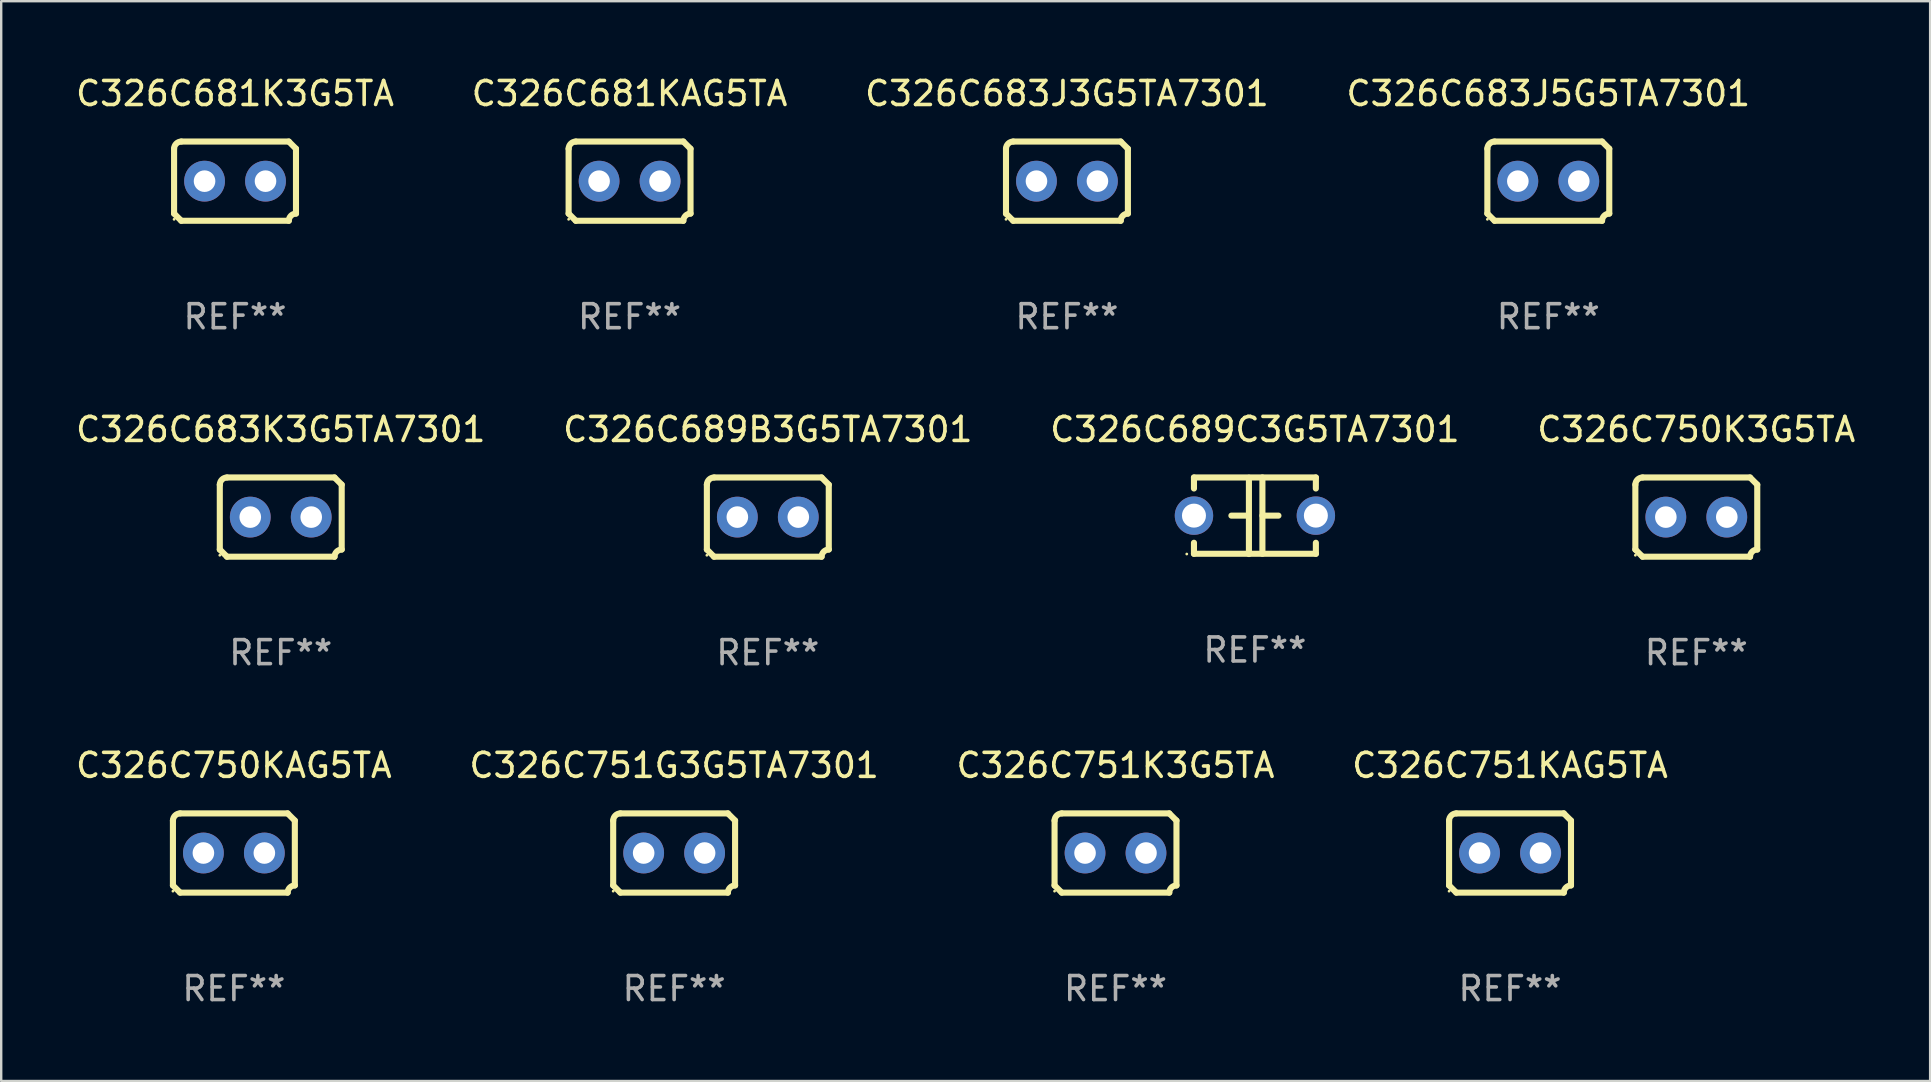
<source format=kicad_pcb>
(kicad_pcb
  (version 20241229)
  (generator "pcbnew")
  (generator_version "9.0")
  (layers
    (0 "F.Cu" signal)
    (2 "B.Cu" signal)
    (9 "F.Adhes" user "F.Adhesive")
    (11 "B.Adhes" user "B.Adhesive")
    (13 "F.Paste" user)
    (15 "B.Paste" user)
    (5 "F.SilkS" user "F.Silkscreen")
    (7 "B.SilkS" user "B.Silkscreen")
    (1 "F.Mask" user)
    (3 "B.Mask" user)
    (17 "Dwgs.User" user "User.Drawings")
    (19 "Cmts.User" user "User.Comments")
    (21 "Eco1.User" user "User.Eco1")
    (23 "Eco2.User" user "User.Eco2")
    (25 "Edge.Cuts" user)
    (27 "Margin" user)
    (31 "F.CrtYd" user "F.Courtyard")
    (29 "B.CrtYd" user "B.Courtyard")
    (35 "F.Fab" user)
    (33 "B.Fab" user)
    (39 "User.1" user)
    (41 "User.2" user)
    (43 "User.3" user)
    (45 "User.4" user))
  (footprint "C326C681KAG5TA"
    (layer "F.Cu")
    (at 23.185 4.499)
    (property "Reference" "C326C681KAG5TA" (at 0 -3.651 0) (layer "F.SilkS") (effects (font (size 1 1) (thickness 0.15))))
    (attr through_hole)
    (fp_line (start -2.54 -1.351) (end -2.54 1.351) (stroke (width 0.254) (type solid)) (layer "F.SilkS"))
    (fp_line (start -2.24 -1.651) (end 2.24 -1.651) (stroke (width 0.254) (type solid)) (layer "F.SilkS"))
    (fp_line (start 2.24 1.651) (end -2.24 1.651) (stroke (width 0.254) (type solid)) (layer "F.SilkS"))
    (fp_line (start 2.54 1.351) (end 2.54 -1.351) (stroke (width 0.254) (type solid)) (layer "F.SilkS"))
    (fp_arc (start -2.540005 -1.351283) (mid -2.450115 -1.561309) (end -2.240005 -1.651003) (stroke (width 0.254001) (type solid)) (layer "F.SilkS"))
    (fp_arc (start -2.240287 1.651001) (mid -2.390163 1.501019) (end -2.540005 1.351003) (stroke (width 0.254001) (type solid)) (layer "F.SilkS"))
    (fp_arc (start 2.240005 1.651003) (mid 2.329934 1.441015) (end 2.540005 1.351282) (stroke (width 0.254001) (type solid)) (layer "F.SilkS"))
    (fp_arc (start 2.540005 -1.351003) (mid 2.389393 -1.500252) (end 2.240284 -1.651003) (stroke (width 0.254001) (type solid)) (layer "F.SilkS"))
    (fp_circle (center -2.54 1.59) (end -2.51 1.59) (stroke (width 0.06) (type solid)) (fill no) (layer "F.SilkS"))
    (fp_text user "REF**" (at 0 5.651 0) (layer "F.Fab") (effects (font (size 1 1) (thickness 0.15))))
    (pad "1" thru_hole circle (at -1.27 0) (size 1.7 1.7) (drill 0.9) (layers "*.Cu" "*.Mask"))
    (pad "2" thru_hole circle (at 1.27 0) (size 1.7 1.7) (drill 0.9) (layers "*.Cu" "*.Mask")))
  (footprint "C326C683J5G5TA7301"
    (layer "F.Cu")
    (at 61.47 4.499)
    (property "Reference" "C326C683J5G5TA7301" (at 0 -3.651 0) (layer "F.SilkS") (effects (font (size 1 1) (thickness 0.15))))
    (attr through_hole)
    (fp_line (start -2.54 -1.351) (end -2.54 1.351) (stroke (width 0.254) (type solid)) (layer "F.SilkS"))
    (fp_line (start -2.24 -1.651) (end 2.24 -1.651) (stroke (width 0.254) (type solid)) (layer "F.SilkS"))
    (fp_line (start 2.24 1.651) (end -2.24 1.651) (stroke (width 0.254) (type solid)) (layer "F.SilkS"))
    (fp_line (start 2.54 1.351) (end 2.54 -1.351) (stroke (width 0.254) (type solid)) (layer "F.SilkS"))
    (fp_arc (start -2.540005 -1.351283) (mid -2.450115 -1.561309) (end -2.240005 -1.651003) (stroke (width 0.254001) (type solid)) (layer "F.SilkS"))
    (fp_arc (start -2.240287 1.651001) (mid -2.390163 1.501019) (end -2.540005 1.351003) (stroke (width 0.254001) (type solid)) (layer "F.SilkS"))
    (fp_arc (start 2.240005 1.651003) (mid 2.329934 1.441015) (end 2.540005 1.351282) (stroke (width 0.254001) (type solid)) (layer "F.SilkS"))
    (fp_arc (start 2.540005 -1.351003) (mid 2.389393 -1.500252) (end 2.240284 -1.651003) (stroke (width 0.254001) (type solid)) (layer "F.SilkS"))
    (fp_circle (center -2.54 1.59) (end -2.51 1.59) (stroke (width 0.06) (type solid)) (fill no) (layer "F.SilkS"))
    (fp_text user "REF**" (at 0 5.651 0) (layer "F.Fab") (effects (font (size 1 1) (thickness 0.15))))
    (pad "1" thru_hole circle (at -1.27 0) (size 1.7 1.7) (drill 0.9) (layers "*.Cu" "*.Mask"))
    (pad "2" thru_hole circle (at 1.27 0) (size 1.7 1.7) (drill 0.9) (layers "*.Cu" "*.Mask")))
  (footprint "C326C683K3G5TA7301"
    (layer "F.Cu")
    (at 8.649 18.498)
    (property "Reference" "C326C683K3G5TA7301" (at 0 -3.651 0) (layer "F.SilkS") (effects (font (size 1 1) (thickness 0.15))))
    (attr through_hole)
    (fp_line (start -2.54 -1.351) (end -2.54 1.351) (stroke (width 0.254) (type solid)) (layer "F.SilkS"))
    (fp_line (start -2.24 -1.651) (end 2.24 -1.651) (stroke (width 0.254) (type solid)) (layer "F.SilkS"))
    (fp_line (start 2.24 1.651) (end -2.24 1.651) (stroke (width 0.254) (type solid)) (layer "F.SilkS"))
    (fp_line (start 2.54 1.351) (end 2.54 -1.351) (stroke (width 0.254) (type solid)) (layer "F.SilkS"))
    (fp_arc (start -2.540005 -1.351283) (mid -2.450115 -1.561309) (end -2.240005 -1.651003) (stroke (width 0.254001) (type solid)) (layer "F.SilkS"))
    (fp_arc (start -2.240287 1.651001) (mid -2.390163 1.501019) (end -2.540005 1.351003) (stroke (width 0.254001) (type solid)) (layer "F.SilkS"))
    (fp_arc (start 2.240005 1.651003) (mid 2.329934 1.441015) (end 2.540005 1.351282) (stroke (width 0.254001) (type solid)) (layer "F.SilkS"))
    (fp_arc (start 2.540005 -1.351003) (mid 2.389393 -1.500252) (end 2.240284 -1.651003) (stroke (width 0.254001) (type solid)) (layer "F.SilkS"))
    (fp_circle (center -2.54 1.59) (end -2.51 1.59) (stroke (width 0.06) (type solid)) (fill no) (layer "F.SilkS"))
    (fp_text user "REF**" (at 0 5.651 0) (layer "F.Fab") (effects (font (size 1 1) (thickness 0.15))))
    (pad "1" thru_hole circle (at -1.27 0) (size 1.7 1.7) (drill 0.9) (layers "*.Cu" "*.Mask"))
    (pad "2" thru_hole circle (at 1.27 0) (size 1.7 1.7) (drill 0.9) (layers "*.Cu" "*.Mask")))
  (footprint "C326C750K3G5TA"
    (layer "F.Cu")
    (at 67.637 18.498)
    (property "Reference" "C326C750K3G5TA" (at 0 -3.651 0) (layer "F.SilkS") (effects (font (size 1 1) (thickness 0.15))))
    (attr through_hole)
    (fp_line (start -2.54 -1.351) (end -2.54 1.351) (stroke (width 0.254) (type solid)) (layer "F.SilkS"))
    (fp_line (start -2.24 -1.651) (end 2.24 -1.651) (stroke (width 0.254) (type solid)) (layer "F.SilkS"))
    (fp_line (start 2.24 1.651) (end -2.24 1.651) (stroke (width 0.254) (type solid)) (layer "F.SilkS"))
    (fp_line (start 2.54 1.351) (end 2.54 -1.351) (stroke (width 0.254) (type solid)) (layer "F.SilkS"))
    (fp_arc (start -2.540005 -1.351283) (mid -2.450115 -1.561309) (end -2.240005 -1.651003) (stroke (width 0.254001) (type solid)) (layer "F.SilkS"))
    (fp_arc (start -2.240287 1.651001) (mid -2.390163 1.501019) (end -2.540005 1.351003) (stroke (width 0.254001) (type solid)) (layer "F.SilkS"))
    (fp_arc (start 2.240005 1.651003) (mid 2.329934 1.441015) (end 2.540005 1.351282) (stroke (width 0.254001) (type solid)) (layer "F.SilkS"))
    (fp_arc (start 2.540005 -1.351003) (mid 2.389393 -1.500252) (end 2.240284 -1.651003) (stroke (width 0.254001) (type solid)) (layer "F.SilkS"))
    (fp_circle (center -2.54 1.59) (end -2.51 1.59) (stroke (width 0.06) (type solid)) (fill no) (layer "F.SilkS"))
    (fp_text user "REF**" (at 0 5.651 0) (layer "F.Fab") (effects (font (size 1 1) (thickness 0.15))))
    (pad "1" thru_hole circle (at -1.27 0) (size 1.7 1.7) (drill 0.9) (layers "*.Cu" "*.Mask"))
    (pad "2" thru_hole circle (at 1.27 0) (size 1.7 1.7) (drill 0.9) (layers "*.Cu" "*.Mask")))
  (footprint "C326C751KAG5TA"
    (layer "F.Cu")
    (at 59.875 32.496)
    (property "Reference" "C326C751KAG5TA" (at 0 -3.651 0) (layer "F.SilkS") (effects (font (size 1 1) (thickness 0.15))))
    (attr through_hole)
    (fp_line (start -2.54 -1.351) (end -2.54 1.351) (stroke (width 0.254) (type solid)) (layer "F.SilkS"))
    (fp_line (start -2.24 -1.651) (end 2.24 -1.651) (stroke (width 0.254) (type solid)) (layer "F.SilkS"))
    (fp_line (start 2.24 1.651) (end -2.24 1.651) (stroke (width 0.254) (type solid)) (layer "F.SilkS"))
    (fp_line (start 2.54 1.351) (end 2.54 -1.351) (stroke (width 0.254) (type solid)) (layer "F.SilkS"))
    (fp_arc (start -2.540005 -1.351283) (mid -2.450115 -1.561309) (end -2.240005 -1.651003) (stroke (width 0.254001) (type solid)) (layer "F.SilkS"))
    (fp_arc (start -2.240287 1.651001) (mid -2.390163 1.501019) (end -2.540005 1.351003) (stroke (width 0.254001) (type solid)) (layer "F.SilkS"))
    (fp_arc (start 2.240005 1.651003) (mid 2.329934 1.441015) (end 2.540005 1.351282) (stroke (width 0.254001) (type solid)) (layer "F.SilkS"))
    (fp_arc (start 2.540005 -1.351003) (mid 2.389393 -1.500252) (end 2.240284 -1.651003) (stroke (width 0.254001) (type solid)) (layer "F.SilkS"))
    (fp_circle (center -2.54 1.59) (end -2.51 1.59) (stroke (width 0.06) (type solid)) (fill no) (layer "F.SilkS"))
    (fp_text user "REF**" (at 0 5.651 0) (layer "F.Fab") (effects (font (size 1 1) (thickness 0.15))))
    (pad "1" thru_hole circle (at -1.27 0) (size 1.7 1.7) (drill 0.9) (layers "*.Cu" "*.Mask"))
    (pad "2" thru_hole circle (at 1.27 0) (size 1.7 1.7) (drill 0.9) (layers "*.Cu" "*.Mask")))
  (footprint "C326C751K3G5TA"
    (layer "F.Cu")
    (at 43.435 32.496)
    (property "Reference" "C326C751K3G5TA" (at 0 -3.651 0) (layer "F.SilkS") (effects (font (size 1 1) (thickness 0.15))))
    (attr through_hole)
    (fp_line (start -2.54 -1.351) (end -2.54 1.351) (stroke (width 0.254) (type solid)) (layer "F.SilkS"))
    (fp_line (start -2.24 -1.651) (end 2.24 -1.651) (stroke (width 0.254) (type solid)) (layer "F.SilkS"))
    (fp_line (start 2.24 1.651) (end -2.24 1.651) (stroke (width 0.254) (type solid)) (layer "F.SilkS"))
    (fp_line (start 2.54 1.351) (end 2.54 -1.351) (stroke (width 0.254) (type solid)) (layer "F.SilkS"))
    (fp_arc (start -2.540005 -1.351283) (mid -2.450115 -1.561309) (end -2.240005 -1.651003) (stroke (width 0.254001) (type solid)) (layer "F.SilkS"))
    (fp_arc (start -2.240287 1.651001) (mid -2.390163 1.501019) (end -2.540005 1.351003) (stroke (width 0.254001) (type solid)) (layer "F.SilkS"))
    (fp_arc (start 2.240005 1.651003) (mid 2.329934 1.441015) (end 2.540005 1.351282) (stroke (width 0.254001) (type solid)) (layer "F.SilkS"))
    (fp_arc (start 2.540005 -1.351003) (mid 2.389393 -1.500252) (end 2.240284 -1.651003) (stroke (width 0.254001) (type solid)) (layer "F.SilkS"))
    (fp_circle (center -2.54 1.59) (end -2.51 1.59) (stroke (width 0.06) (type solid)) (fill no) (layer "F.SilkS"))
    (fp_text user "REF**" (at 0 5.651 0) (layer "F.Fab") (effects (font (size 1 1) (thickness 0.15))))
    (pad "1" thru_hole circle (at -1.27 0) (size 1.7 1.7) (drill 0.9) (layers "*.Cu" "*.Mask"))
    (pad "2" thru_hole circle (at 1.27 0) (size 1.7 1.7) (drill 0.9) (layers "*.Cu" "*.Mask")))
  (footprint "C326C681K3G5TA"
    (layer "F.Cu")
    (at 6.744 4.499)
    (property "Reference" "C326C681K3G5TA" (at 0 -3.651 0) (layer "F.SilkS") (effects (font (size 1 1) (thickness 0.15))))
    (attr through_hole)
    (fp_line (start -2.54 -1.351) (end -2.54 1.351) (stroke (width 0.254) (type solid)) (layer "F.SilkS"))
    (fp_line (start -2.24 -1.651) (end 2.24 -1.651) (stroke (width 0.254) (type solid)) (layer "F.SilkS"))
    (fp_line (start 2.24 1.651) (end -2.24 1.651) (stroke (width 0.254) (type solid)) (layer "F.SilkS"))
    (fp_line (start 2.54 1.351) (end 2.54 -1.351) (stroke (width 0.254) (type solid)) (layer "F.SilkS"))
    (fp_arc (start -2.540005 -1.351283) (mid -2.450115 -1.561309) (end -2.240005 -1.651003) (stroke (width 0.254001) (type solid)) (layer "F.SilkS"))
    (fp_arc (start -2.240287 1.651001) (mid -2.390163 1.501019) (end -2.540005 1.351003) (stroke (width 0.254001) (type solid)) (layer "F.SilkS"))
    (fp_arc (start 2.240005 1.651003) (mid 2.329934 1.441015) (end 2.540005 1.351282) (stroke (width 0.254001) (type solid)) (layer "F.SilkS"))
    (fp_arc (start 2.540005 -1.351003) (mid 2.389393 -1.500252) (end 2.240284 -1.651003) (stroke (width 0.254001) (type solid)) (layer "F.SilkS"))
    (fp_circle (center -2.54 1.59) (end -2.51 1.59) (stroke (width 0.06) (type solid)) (fill no) (layer "F.SilkS"))
    (fp_text user "REF**" (at 0 5.651 0) (layer "F.Fab") (effects (font (size 1 1) (thickness 0.15))))
    (pad "1" thru_hole circle (at -1.27 0) (size 1.7 1.7) (drill 0.9) (layers "*.Cu" "*.Mask"))
    (pad "2" thru_hole circle (at 1.27 0) (size 1.7 1.7) (drill 0.9) (layers "*.Cu" "*.Mask")))
  (footprint "C326C689C3G5TA7301"
    (layer "F.Cu")
    (at 49.244 18.442)
    (property "Reference" "C326C689C3G5TA7301" (at 0 -3.595 0) (layer "F.SilkS") (effects (font (size 1 1) (thickness 0.15))))
    (attr through_hole)
    (fp_line (start -2.54 -1.595) (end -2.54 -1.136) (stroke (width 0.254) (type solid)) (layer "F.SilkS"))
    (fp_line (start -2.54 -1.595) (end 2.54 -1.595) (stroke (width 0.254) (type solid)) (layer "F.SilkS"))
    (fp_line (start -2.54 1.126) (end -2.54 1.585) (stroke (width 0.254) (type solid)) (layer "F.SilkS"))
    (fp_line (start -0.312 -0.005) (end -0.98 -0.005) (stroke (width 0.254) (type solid)) (layer "F.SilkS"))
    (fp_line (start -0.25 -1.585) (end -0.25 1.595) (stroke (width 0.254) (type solid)) (layer "F.SilkS"))
    (fp_line (start 0.312 -1.595) (end 0.312 1.585) (stroke (width 0.254) (type solid)) (layer "F.SilkS"))
    (fp_line (start 0.312 -0.005) (end 0.98 -0.005) (stroke (width 0.254) (type solid)) (layer "F.SilkS"))
    (fp_line (start 2.54 -1.595) (end 2.54 -1.136) (stroke (width 0.254) (type solid)) (layer "F.SilkS"))
    (fp_line (start 2.54 1.126) (end 2.54 1.585) (stroke (width 0.254) (type solid)) (layer "F.SilkS"))
    (fp_line (start 2.54 1.585) (end -2.54 1.585) (stroke (width 0.254) (type solid)) (layer "F.SilkS"))
    (fp_circle (center -2.84 1.595) (end -2.81 1.595) (stroke (width 0.06) (type solid)) (fill no) (layer "F.SilkS"))
    (fp_text user "REF**" (at 0 5.595 0) (layer "F.Fab") (effects (font (size 1 1) (thickness 0.15))))
    (pad "1" thru_hole circle (at -2.54 -0.005) (size 1.6 1.6) (drill 1) (layers "*.Cu" "*.Mask"))
    (pad "2" thru_hole circle (at 2.54 -0.005) (size 1.6 1.6) (drill 1) (layers "*.Cu" "*.Mask")))
  (footprint "C326C750KAG5TA"
    (layer "F.Cu")
    (at 6.696 32.496)
    (property "Reference" "C326C750KAG5TA" (at 0 -3.651 0) (layer "F.SilkS") (effects (font (size 1 1) (thickness 0.15))))
    (attr through_hole)
    (fp_line (start -2.54 -1.351) (end -2.54 1.351) (stroke (width 0.254) (type solid)) (layer "F.SilkS"))
    (fp_line (start -2.24 -1.651) (end 2.24 -1.651) (stroke (width 0.254) (type solid)) (layer "F.SilkS"))
    (fp_line (start 2.24 1.651) (end -2.24 1.651) (stroke (width 0.254) (type solid)) (layer "F.SilkS"))
    (fp_line (start 2.54 1.351) (end 2.54 -1.351) (stroke (width 0.254) (type solid)) (layer "F.SilkS"))
    (fp_arc (start -2.540005 -1.351283) (mid -2.450115 -1.561309) (end -2.240005 -1.651003) (stroke (width 0.254001) (type solid)) (layer "F.SilkS"))
    (fp_arc (start -2.240287 1.651001) (mid -2.390163 1.501019) (end -2.540005 1.351003) (stroke (width 0.254001) (type solid)) (layer "F.SilkS"))
    (fp_arc (start 2.240005 1.651003) (mid 2.329934 1.441015) (end 2.540005 1.351282) (stroke (width 0.254001) (type solid)) (layer "F.SilkS"))
    (fp_arc (start 2.540005 -1.351003) (mid 2.389393 -1.500252) (end 2.240284 -1.651003) (stroke (width 0.254001) (type solid)) (layer "F.SilkS"))
    (fp_circle (center -2.54 1.59) (end -2.51 1.59) (stroke (width 0.06) (type solid)) (fill no) (layer "F.SilkS"))
    (fp_text user "REF**" (at 0 5.651 0) (layer "F.Fab") (effects (font (size 1 1) (thickness 0.15))))
    (pad "1" thru_hole circle (at -1.27 0) (size 1.7 1.7) (drill 0.9) (layers "*.Cu" "*.Mask"))
    (pad "2" thru_hole circle (at 1.27 0) (size 1.7 1.7) (drill 0.9) (layers "*.Cu" "*.Mask")))
  (footprint "C326C751G3G5TA7301"
    (layer "F.Cu")
    (at 25.042 32.496)
    (property "Reference" "C326C751G3G5TA7301" (at 0 -3.651 0) (layer "F.SilkS") (effects (font (size 1 1) (thickness 0.15))))
    (attr through_hole)
    (fp_line (start -2.54 -1.351) (end -2.54 1.351) (stroke (width 0.254) (type solid)) (layer "F.SilkS"))
    (fp_line (start -2.24 -1.651) (end 2.24 -1.651) (stroke (width 0.254) (type solid)) (layer "F.SilkS"))
    (fp_line (start 2.24 1.651) (end -2.24 1.651) (stroke (width 0.254) (type solid)) (layer "F.SilkS"))
    (fp_line (start 2.54 1.351) (end 2.54 -1.351) (stroke (width 0.254) (type solid)) (layer "F.SilkS"))
    (fp_arc (start -2.540005 -1.351283) (mid -2.450115 -1.561309) (end -2.240005 -1.651003) (stroke (width 0.254001) (type solid)) (layer "F.SilkS"))
    (fp_arc (start -2.240287 1.651001) (mid -2.390163 1.501019) (end -2.540005 1.351003) (stroke (width 0.254001) (type solid)) (layer "F.SilkS"))
    (fp_arc (start 2.240005 1.651003) (mid 2.329934 1.441015) (end 2.540005 1.351282) (stroke (width 0.254001) (type solid)) (layer "F.SilkS"))
    (fp_arc (start 2.540005 -1.351003) (mid 2.389393 -1.500252) (end 2.240284 -1.651003) (stroke (width 0.254001) (type solid)) (layer "F.SilkS"))
    (fp_circle (center -2.54 1.59) (end -2.51 1.59) (stroke (width 0.06) (type solid)) (fill no) (layer "F.SilkS"))
    (fp_text user "REF**" (at 0 5.651 0) (layer "F.Fab") (effects (font (size 1 1) (thickness 0.15))))
    (pad "1" thru_hole circle (at -1.27 0) (size 1.7 1.7) (drill 0.9) (layers "*.Cu" "*.Mask"))
    (pad "2" thru_hole circle (at 1.27 0) (size 1.7 1.7) (drill 0.9) (layers "*.Cu" "*.Mask")))
  (footprint "C326C683J3G5TA7301"
    (layer "F.Cu")
    (at 41.411 4.499)
    (property "Reference" "C326C683J3G5TA7301" (at 0 -3.651 0) (layer "F.SilkS") (effects (font (size 1 1) (thickness 0.15))))
    (attr through_hole)
    (fp_line (start -2.54 -1.351) (end -2.54 1.351) (stroke (width 0.254) (type solid)) (layer "F.SilkS"))
    (fp_line (start -2.24 -1.651) (end 2.24 -1.651) (stroke (width 0.254) (type solid)) (layer "F.SilkS"))
    (fp_line (start 2.24 1.651) (end -2.24 1.651) (stroke (width 0.254) (type solid)) (layer "F.SilkS"))
    (fp_line (start 2.54 1.351) (end 2.54 -1.351) (stroke (width 0.254) (type solid)) (layer "F.SilkS"))
    (fp_arc (start -2.540005 -1.351283) (mid -2.450115 -1.561309) (end -2.240005 -1.651003) (stroke (width 0.254001) (type solid)) (layer "F.SilkS"))
    (fp_arc (start -2.240287 1.651001) (mid -2.390163 1.501019) (end -2.540005 1.351003) (stroke (width 0.254001) (type solid)) (layer "F.SilkS"))
    (fp_arc (start 2.240005 1.651003) (mid 2.329934 1.441015) (end 2.540005 1.351282) (stroke (width 0.254001) (type solid)) (layer "F.SilkS"))
    (fp_arc (start 2.540005 -1.351003) (mid 2.389393 -1.500252) (end 2.240284 -1.651003) (stroke (width 0.254001) (type solid)) (layer "F.SilkS"))
    (fp_circle (center -2.54 1.59) (end -2.51 1.59) (stroke (width 0.06) (type solid)) (fill no) (layer "F.SilkS"))
    (fp_text user "REF**" (at 0 5.651 0) (layer "F.Fab") (effects (font (size 1 1) (thickness 0.15))))
    (pad "1" thru_hole circle (at -1.27 0) (size 1.7 1.7) (drill 0.9) (layers "*.Cu" "*.Mask"))
    (pad "2" thru_hole circle (at 1.27 0) (size 1.7 1.7) (drill 0.9) (layers "*.Cu" "*.Mask")))
  (footprint "C326C689B3G5TA7301"
    (layer "F.Cu")
    (at 28.946 18.498)
    (property "Reference" "C326C689B3G5TA7301" (at 0 -3.651 0) (layer "F.SilkS") (effects (font (size 1 1) (thickness 0.15))))
    (attr through_hole)
    (fp_line (start -2.54 -1.351) (end -2.54 1.351) (stroke (width 0.254) (type solid)) (layer "F.SilkS"))
    (fp_line (start -2.24 -1.651) (end 2.24 -1.651) (stroke (width 0.254) (type solid)) (layer "F.SilkS"))
    (fp_line (start 2.24 1.651) (end -2.24 1.651) (stroke (width 0.254) (type solid)) (layer "F.SilkS"))
    (fp_line (start 2.54 1.351) (end 2.54 -1.351) (stroke (width 0.254) (type solid)) (layer "F.SilkS"))
    (fp_arc (start -2.540005 -1.351283) (mid -2.450115 -1.561309) (end -2.240005 -1.651003) (stroke (width 0.254001) (type solid)) (layer "F.SilkS"))
    (fp_arc (start -2.240287 1.651001) (mid -2.390163 1.501019) (end -2.540005 1.351003) (stroke (width 0.254001) (type solid)) (layer "F.SilkS"))
    (fp_arc (start 2.240005 1.651003) (mid 2.329934 1.441015) (end 2.540005 1.351282) (stroke (width 0.254001) (type solid)) (layer "F.SilkS"))
    (fp_arc (start 2.540005 -1.351003) (mid 2.389393 -1.500252) (end 2.240284 -1.651003) (stroke (width 0.254001) (type solid)) (layer "F.SilkS"))
    (fp_circle (center -2.54 1.59) (end -2.51 1.59) (stroke (width 0.06) (type solid)) (fill no) (layer "F.SilkS"))
    (fp_text user "REF**" (at 0 5.651 0) (layer "F.Fab") (effects (font (size 1 1) (thickness 0.15))))
    (pad "1" thru_hole circle (at -1.27 0) (size 1.7 1.7) (drill 0.9) (layers "*.Cu" "*.Mask"))
    (pad "2" thru_hole circle (at 1.27 0) (size 1.7 1.7) (drill 0.9) (layers "*.Cu" "*.Mask")))
  (gr_rect
    (start -3 -3)
    (end 77.381 41.996)
    (stroke (width 0.1) (type default))
    (fill no)
    (layer "Edge.Cuts")))
</source>
